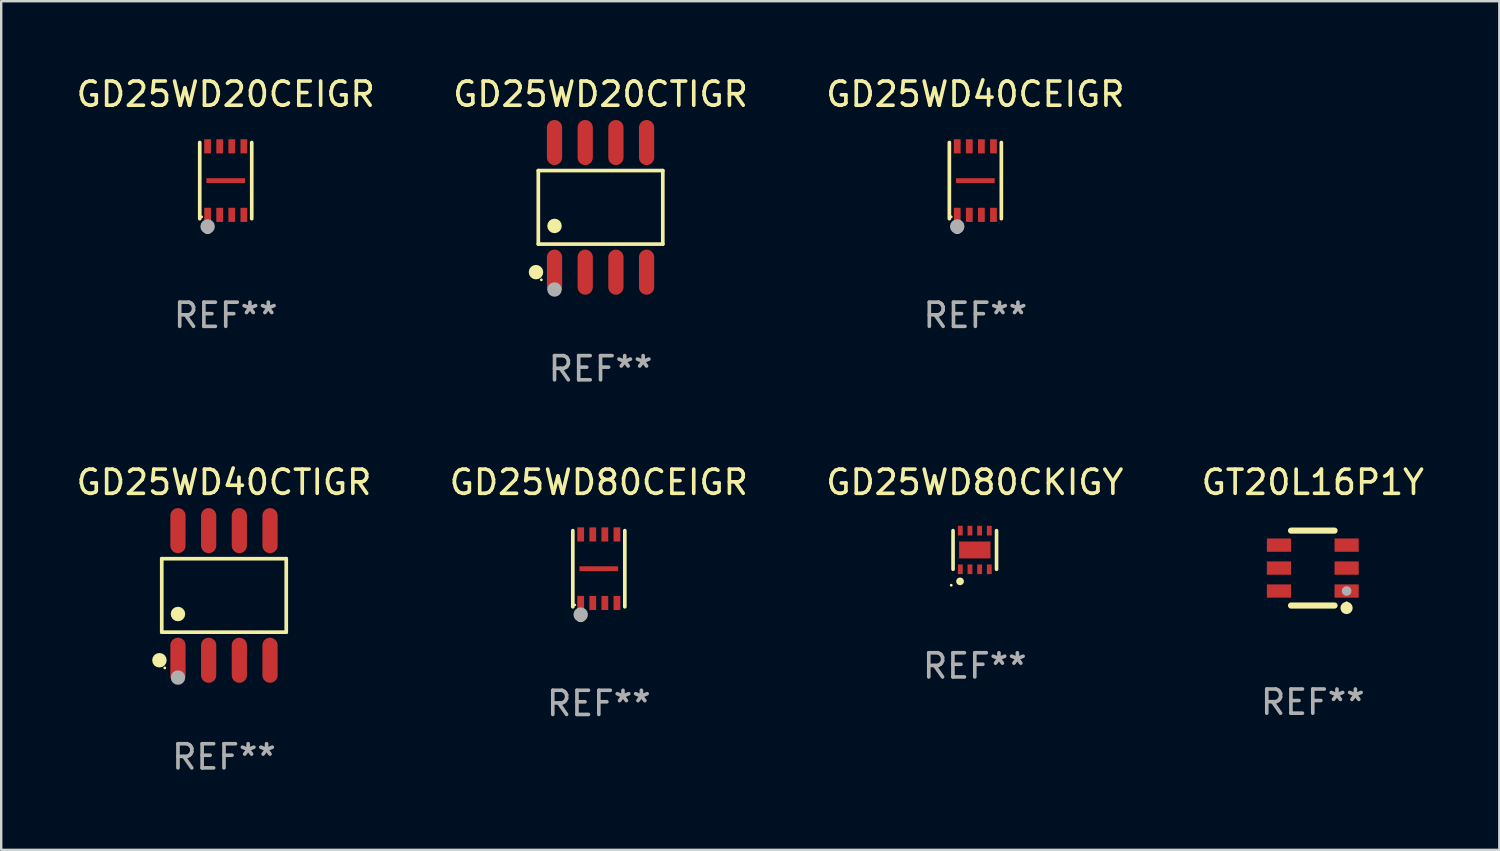
<source format=kicad_pcb>
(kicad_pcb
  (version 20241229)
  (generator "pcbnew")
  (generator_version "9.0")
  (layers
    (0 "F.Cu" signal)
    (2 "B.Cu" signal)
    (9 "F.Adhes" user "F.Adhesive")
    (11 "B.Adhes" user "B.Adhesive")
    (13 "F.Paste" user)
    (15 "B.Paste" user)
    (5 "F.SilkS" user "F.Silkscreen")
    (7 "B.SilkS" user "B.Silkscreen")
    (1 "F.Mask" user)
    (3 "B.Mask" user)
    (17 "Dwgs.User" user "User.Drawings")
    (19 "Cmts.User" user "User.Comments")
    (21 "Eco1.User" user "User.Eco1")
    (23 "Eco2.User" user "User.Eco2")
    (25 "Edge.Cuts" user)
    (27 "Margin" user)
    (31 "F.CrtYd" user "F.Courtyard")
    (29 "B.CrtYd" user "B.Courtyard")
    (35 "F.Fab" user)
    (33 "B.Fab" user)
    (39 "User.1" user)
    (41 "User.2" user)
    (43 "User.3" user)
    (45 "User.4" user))
  (footprint "GT20L16P1Y"
    (layer "F.Cu")
    (at 51.28 20.46)
    (property "Reference" "GT20L16P1Y" (at 0 -3.55 0) (layer "F.SilkS") (effects (font (size 1 1) (thickness 0.15))))
    (attr through_hole)
    (fp_line (start -0.9 -1.55) (end 0.9 -1.55) (stroke (width 0.254) (type solid)) (layer "F.SilkS"))
    (fp_line (start -0.9 1.55) (end 0.9 1.55) (stroke (width 0.254) (type solid)) (layer "F.SilkS"))
    (fp_circle (center 1.397 1.651) (end 1.524 1.651) (stroke (width 0.254) (type solid)) (fill no) (layer "F.SilkS"))
    (fp_circle (center 1.4 1.435) (end 1.43 1.435) (stroke (width 0.06) (type solid)) (fill no) (layer "F.SilkS"))
    (fp_circle (center 1.4 0.95) (end 1.5 0.95) (stroke (width 0.2) (type solid)) (fill no) (layer "F.Fab"))
    (fp_text user "REF**" (at 0 5.55 0) (layer "F.Fab") (effects (font (size 1 1) (thickness 0.15))))
    (pad "1" smd rect (at 1.4 0.95) (size 1 0.55) (layers "F.Cu" "F.Mask" "F.Paste"))
    (pad "2" smd rect (at 1.4 -0.000102) (size 1 0.55) (layers "F.Cu" "F.Mask" "F.Paste"))
    (pad "3" smd rect (at 1.4 -0.95) (size 1 0.55) (layers "F.Cu" "F.Mask" "F.Paste"))
    (pad "4" smd rect (at -1.4 -0.95) (size 1 0.55) (layers "F.Cu" "F.Mask" "F.Paste"))
    (pad "5" smd rect (at -1.4 -0.000102) (size 1 0.55) (layers "F.Cu" "F.Mask" "F.Paste"))
    (pad "6" smd rect (at -1.4 0.95) (size 1 0.55) (layers "F.Cu" "F.Mask" "F.Paste")))
  (footprint "GD25WD80CEIGR"
    (layer "F.Cu")
    (at 21.732 20.486)
    (property "Reference" "GD25WD80CEIGR" (at 0 -3.576 0) (layer "F.SilkS") (effects (font (size 1 1) (thickness 0.15))))
    (attr through_hole)
    (fp_line (start -1.076 1.576) (end -1.076 -1.576) (stroke (width 0.152) (type solid)) (layer "F.SilkS"))
    (fp_line (start 1.076 -1.576) (end 1.076 1.576) (stroke (width 0.152) (type solid)) (layer "F.SilkS"))
    (fp_circle (center -1 1.5) (end -0.97 1.5) (stroke (width 0.06) (type solid)) (fill no) (layer "F.SilkS"))
    (fp_circle (center -0.75 2.01) (end -0.65 2.01) (stroke (width 0.2) (type solid)) (fill no) (layer "F.SilkS"))
    (fp_circle (center -0.75 1.9) (end -0.6 1.9) (stroke (width 0.3) (type solid)) (fill no) (layer "F.Fab"))
    (fp_text user "REF**" (at 0 5.576 0) (layer "F.Fab") (effects (font (size 1 1) (thickness 0.15))))
    (pad "1" smd rect (at -0.75 1.418) (size 0.28 0.585) (layers "F.Cu" "F.Mask" "F.Paste"))
    (pad "2" smd rect (at -0.25 1.418) (size 0.28 0.585) (layers "F.Cu" "F.Mask" "F.Paste"))
    (pad "3" smd rect (at 0.25 1.418) (size 0.28 0.585) (layers "F.Cu" "F.Mask" "F.Paste"))
    (pad "4" smd rect (at 0.75 1.418) (size 0.28 0.585) (layers "F.Cu" "F.Mask" "F.Paste"))
    (pad "5" smd rect (at 0.75 -1.418) (size 0.28 0.585) (layers "F.Cu" "F.Mask" "F.Paste"))
    (pad "6" smd rect (at 0.25 -1.418) (size 0.28 0.585) (layers "F.Cu" "F.Mask" "F.Paste"))
    (pad "7" smd rect (at -0.25 -1.418) (size 0.28 0.585) (layers "F.Cu" "F.Mask" "F.Paste"))
    (pad "8" smd rect (at -0.75 -1.418) (size 0.28 0.585) (layers "F.Cu" "F.Mask" "F.Paste"))
    (pad "9" smd rect (at 0 0) (size 1.6 0.2) (layers "F.Cu" "F.Mask" "F.Paste")))
  (footprint "GD25WD20CTIGR"
    (layer "F.Cu")
    (at 21.804 5.531)
    (property "Reference" "GD25WD20CTIGR" (at 0 -4.682 0) (layer "F.SilkS") (effects (font (size 1 1) (thickness 0.15))))
    (attr through_hole)
    (fp_line (start -2.576 -1.521) (end 2.576 -1.521) (stroke (width 0.152) (type solid)) (layer "F.SilkS"))
    (fp_line (start -2.576 1.521) (end -2.576 -1.521) (stroke (width 0.152) (type solid)) (layer "F.SilkS"))
    (fp_line (start 2.576 -1.521) (end 2.576 1.521) (stroke (width 0.152) (type solid)) (layer "F.SilkS"))
    (fp_line (start 2.576 1.521) (end -2.576 1.521) (stroke (width 0.152) (type solid)) (layer "F.SilkS"))
    (fp_circle (center -2.672 2.682) (end -2.522 2.682) (stroke (width 0.3) (type solid)) (fill no) (layer "F.SilkS"))
    (fp_circle (center -2.45 3) (end -2.42 3) (stroke (width 0.06) (type solid)) (fill no) (layer "F.SilkS"))
    (fp_circle (center -1.905 0.769) (end -1.755 0.769) (stroke (width 0.3) (type solid)) (fill no) (layer "F.SilkS"))
    (fp_circle (center -1.905 3.4) (end -1.755 3.4) (stroke (width 0.3) (type solid)) (fill no) (layer "F.Fab"))
    (fp_text user "REF**" (at 0 6.682 0) (layer "F.Fab") (effects (font (size 1 1) (thickness 0.15))))
    (pad "1" smd oval (at -1.905 2.682) (size 0.63 1.865) (layers "F.Cu" "F.Mask" "F.Paste"))
    (pad "2" smd oval (at -0.635 2.682) (size 0.63 1.865) (layers "F.Cu" "F.Mask" "F.Paste"))
    (pad "3" smd oval (at 0.635 2.682) (size 0.63 1.865) (layers "F.Cu" "F.Mask" "F.Paste"))
    (pad "4" smd oval (at 1.905 2.682) (size 0.63 1.865) (layers "F.Cu" "F.Mask" "F.Paste"))
    (pad "5" smd oval (at 1.905 -2.682) (size 0.63 1.865) (layers "F.Cu" "F.Mask" "F.Paste"))
    (pad "6" smd oval (at 0.635 -2.682) (size 0.63 1.865) (layers "F.Cu" "F.Mask" "F.Paste"))
    (pad "7" smd oval (at -0.635 -2.682) (size 0.63 1.865) (layers "F.Cu" "F.Mask" "F.Paste"))
    (pad "8" smd oval (at -1.905 -2.682) (size 0.63 1.865) (layers "F.Cu" "F.Mask" "F.Paste")))
  (footprint "GD25WD20CEIGR"
    (layer "F.Cu")
    (at 6.292 4.424)
    (property "Reference" "GD25WD20CEIGR" (at 0 -3.576 0) (layer "F.SilkS") (effects (font (size 1 1) (thickness 0.15))))
    (attr through_hole)
    (fp_line (start -1.076 1.576) (end -1.076 -1.576) (stroke (width 0.152) (type solid)) (layer "F.SilkS"))
    (fp_line (start 1.076 -1.576) (end 1.076 1.576) (stroke (width 0.152) (type solid)) (layer "F.SilkS"))
    (fp_circle (center -1 1.5) (end -0.97 1.5) (stroke (width 0.06) (type solid)) (fill no) (layer "F.SilkS"))
    (fp_circle (center -0.75 2.01) (end -0.65 2.01) (stroke (width 0.2) (type solid)) (fill no) (layer "F.SilkS"))
    (fp_circle (center -0.75 1.9) (end -0.6 1.9) (stroke (width 0.3) (type solid)) (fill no) (layer "F.Fab"))
    (fp_text user "REF**" (at 0 5.576 0) (layer "F.Fab") (effects (font (size 1 1) (thickness 0.15))))
    (pad "1" smd rect (at -0.75 1.418) (size 0.28 0.585) (layers "F.Cu" "F.Mask" "F.Paste"))
    (pad "2" smd rect (at -0.25 1.418) (size 0.28 0.585) (layers "F.Cu" "F.Mask" "F.Paste"))
    (pad "3" smd rect (at 0.25 1.418) (size 0.28 0.585) (layers "F.Cu" "F.Mask" "F.Paste"))
    (pad "4" smd rect (at 0.75 1.418) (size 0.28 0.585) (layers "F.Cu" "F.Mask" "F.Paste"))
    (pad "5" smd rect (at 0.75 -1.418) (size 0.28 0.585) (layers "F.Cu" "F.Mask" "F.Paste"))
    (pad "6" smd rect (at 0.25 -1.418) (size 0.28 0.585) (layers "F.Cu" "F.Mask" "F.Paste"))
    (pad "7" smd rect (at -0.25 -1.418) (size 0.28 0.585) (layers "F.Cu" "F.Mask" "F.Paste"))
    (pad "8" smd rect (at -0.75 -1.418) (size 0.28 0.585) (layers "F.Cu" "F.Mask" "F.Paste"))
    (pad "9" smd rect (at 0 0) (size 1.6 0.2) (layers "F.Cu" "F.Mask" "F.Paste")))
  (footprint "GD25WD80CKIGY"
    (layer "F.Cu")
    (at 37.292 19.71)
    (property "Reference" "GD25WD80CKIGY" (at 0 -2.8 0) (layer "F.SilkS") (effects (font (size 1 1) (thickness 0.15))))
    (attr through_hole)
    (fp_line (start -0.9 -0.8) (end -0.9 0.8) (stroke (width 0.15) (type solid)) (layer "F.SilkS"))
    (fp_line (start 0.9 -0.8) (end 0.9 0.8) (stroke (width 0.15) (type solid)) (layer "F.SilkS"))
    (fp_circle (center -0.975 1.46) (end -0.945 1.46) (stroke (width 0.06) (type solid)) (fill no) (layer "F.SilkS"))
    (fp_circle (center -0.61 1.3) (end -0.525 1.3) (stroke (width 0.15) (type solid)) (fill no) (layer "F.SilkS"))
    (fp_text user "REF**" (at 0 4.8 0) (layer "F.Fab") (effects (font (size 1 1) (thickness 0.15))))
    (pad "1" smd rect (at -0.6 0.8) (size 0.2 0.4) (layers "F.Cu" "F.Mask" "F.Paste"))
    (pad "2" smd rect (at -0.2 0.8) (size 0.2 0.4) (layers "F.Cu" "F.Mask" "F.Paste"))
    (pad "3" smd rect (at 0.2 0.8) (size 0.2 0.4) (layers "F.Cu" "F.Mask" "F.Paste"))
    (pad "4" smd rect (at 0.6 0.8) (size 0.2 0.4) (layers "F.Cu" "F.Mask" "F.Paste"))
    (pad "5" smd rect (at 0.6 -0.8) (size 0.2 0.4) (layers "F.Cu" "F.Mask" "F.Paste"))
    (pad "6" smd rect (at 0.2 -0.8) (size 0.2 0.4) (layers "F.Cu" "F.Mask" "F.Paste"))
    (pad "7" smd rect (at -0.2 -0.8) (size 0.2 0.4) (layers "F.Cu" "F.Mask" "F.Paste"))
    (pad "8" smd rect (at -0.6 -0.8) (size 0.2 0.4) (layers "F.Cu" "F.Mask" "F.Paste"))
    (pad "9" smd rect (at 0 0 90) (size 0.7 1.3) (layers "F.Cu" "F.Mask" "F.Paste")))
  (footprint "GD25WD40CTIGR"
    (layer "F.Cu")
    (at 6.22 21.592)
    (property "Reference" "GD25WD40CTIGR" (at 0 -4.682 0) (layer "F.SilkS") (effects (font (size 1 1) (thickness 0.15))))
    (attr through_hole)
    (fp_line (start -2.576 -1.521) (end 2.576 -1.521) (stroke (width 0.152) (type solid)) (layer "F.SilkS"))
    (fp_line (start -2.576 1.521) (end -2.576 -1.521) (stroke (width 0.152) (type solid)) (layer "F.SilkS"))
    (fp_line (start 2.576 -1.521) (end 2.576 1.521) (stroke (width 0.152) (type solid)) (layer "F.SilkS"))
    (fp_line (start 2.576 1.521) (end -2.576 1.521) (stroke (width 0.152) (type solid)) (layer "F.SilkS"))
    (fp_circle (center -2.672 2.682) (end -2.522 2.682) (stroke (width 0.3) (type solid)) (fill no) (layer "F.SilkS"))
    (fp_circle (center -2.45 3) (end -2.42 3) (stroke (width 0.06) (type solid)) (fill no) (layer "F.SilkS"))
    (fp_circle (center -1.905 0.769) (end -1.755 0.769) (stroke (width 0.3) (type solid)) (fill no) (layer "F.SilkS"))
    (fp_circle (center -1.905 3.4) (end -1.755 3.4) (stroke (width 0.3) (type solid)) (fill no) (layer "F.Fab"))
    (fp_text user "REF**" (at 0 6.682 0) (layer "F.Fab") (effects (font (size 1 1) (thickness 0.15))))
    (pad "1" smd oval (at -1.905 2.682) (size 0.63 1.865) (layers "F.Cu" "F.Mask" "F.Paste"))
    (pad "2" smd oval (at -0.635 2.682) (size 0.63 1.865) (layers "F.Cu" "F.Mask" "F.Paste"))
    (pad "3" smd oval (at 0.635 2.682) (size 0.63 1.865) (layers "F.Cu" "F.Mask" "F.Paste"))
    (pad "4" smd oval (at 1.905 2.682) (size 0.63 1.865) (layers "F.Cu" "F.Mask" "F.Paste"))
    (pad "5" smd oval (at 1.905 -2.682) (size 0.63 1.865) (layers "F.Cu" "F.Mask" "F.Paste"))
    (pad "6" smd oval (at 0.635 -2.682) (size 0.63 1.865) (layers "F.Cu" "F.Mask" "F.Paste"))
    (pad "7" smd oval (at -0.635 -2.682) (size 0.63 1.865) (layers "F.Cu" "F.Mask" "F.Paste"))
    (pad "8" smd oval (at -1.905 -2.682) (size 0.63 1.865) (layers "F.Cu" "F.Mask" "F.Paste")))
  (footprint "GD25WD40CEIGR"
    (layer "F.Cu")
    (at 37.315 4.424)
    (property "Reference" "GD25WD40CEIGR" (at 0 -3.576 0) (layer "F.SilkS") (effects (font (size 1 1) (thickness 0.15))))
    (attr through_hole)
    (fp_line (start -1.076 1.576) (end -1.076 -1.576) (stroke (width 0.152) (type solid)) (layer "F.SilkS"))
    (fp_line (start 1.076 -1.576) (end 1.076 1.576) (stroke (width 0.152) (type solid)) (layer "F.SilkS"))
    (fp_circle (center -1 1.5) (end -0.97 1.5) (stroke (width 0.06) (type solid)) (fill no) (layer "F.SilkS"))
    (fp_circle (center -0.75 2.01) (end -0.65 2.01) (stroke (width 0.2) (type solid)) (fill no) (layer "F.SilkS"))
    (fp_circle (center -0.75 1.9) (end -0.6 1.9) (stroke (width 0.3) (type solid)) (fill no) (layer "F.Fab"))
    (fp_text user "REF**" (at 0 5.576 0) (layer "F.Fab") (effects (font (size 1 1) (thickness 0.15))))
    (pad "1" smd rect (at -0.75 1.418) (size 0.28 0.585) (layers "F.Cu" "F.Mask" "F.Paste"))
    (pad "2" smd rect (at -0.25 1.418) (size 0.28 0.585) (layers "F.Cu" "F.Mask" "F.Paste"))
    (pad "3" smd rect (at 0.25 1.418) (size 0.28 0.585) (layers "F.Cu" "F.Mask" "F.Paste"))
    (pad "4" smd rect (at 0.75 1.418) (size 0.28 0.585) (layers "F.Cu" "F.Mask" "F.Paste"))
    (pad "5" smd rect (at 0.75 -1.418) (size 0.28 0.585) (layers "F.Cu" "F.Mask" "F.Paste"))
    (pad "6" smd rect (at 0.25 -1.418) (size 0.28 0.585) (layers "F.Cu" "F.Mask" "F.Paste"))
    (pad "7" smd rect (at -0.25 -1.418) (size 0.28 0.585) (layers "F.Cu" "F.Mask" "F.Paste"))
    (pad "8" smd rect (at -0.75 -1.418) (size 0.28 0.585) (layers "F.Cu" "F.Mask" "F.Paste"))
    (pad "9" smd rect (at 0 0) (size 1.6 0.2) (layers "F.Cu" "F.Mask" "F.Paste")))
  (gr_rect
    (start -3 -3)
    (end 59 32.123)
    (stroke (width 0.1) (type default))
    (fill no)
    (layer "Edge.Cuts")))
</source>
